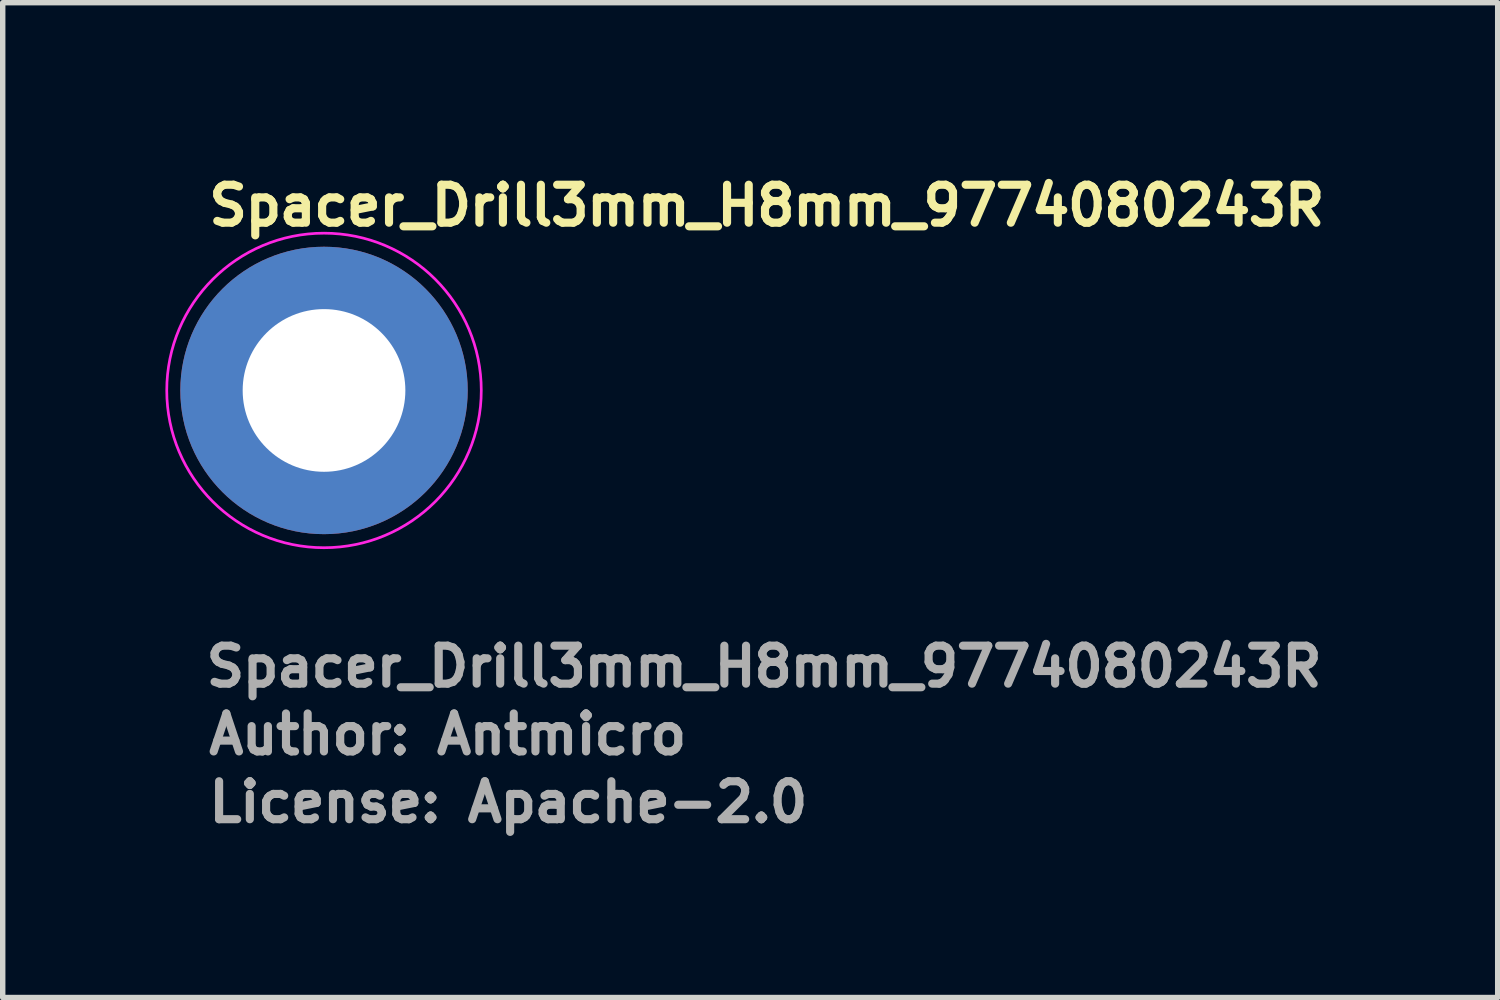
<source format=kicad_pcb>
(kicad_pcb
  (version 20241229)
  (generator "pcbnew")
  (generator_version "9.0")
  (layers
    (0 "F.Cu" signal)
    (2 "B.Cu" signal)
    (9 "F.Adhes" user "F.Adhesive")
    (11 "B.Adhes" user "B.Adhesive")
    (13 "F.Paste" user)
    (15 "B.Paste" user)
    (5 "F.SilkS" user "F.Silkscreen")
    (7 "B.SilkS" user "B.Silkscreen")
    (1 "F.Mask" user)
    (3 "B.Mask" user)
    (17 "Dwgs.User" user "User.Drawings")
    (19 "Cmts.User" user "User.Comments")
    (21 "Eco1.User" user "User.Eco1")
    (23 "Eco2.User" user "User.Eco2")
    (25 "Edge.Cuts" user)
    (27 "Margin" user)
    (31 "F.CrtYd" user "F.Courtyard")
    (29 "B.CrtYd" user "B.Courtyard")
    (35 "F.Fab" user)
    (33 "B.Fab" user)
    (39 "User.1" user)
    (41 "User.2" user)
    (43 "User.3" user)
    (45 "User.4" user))
  (footprint "Spacer_Drill3mm_H8mm_9774080243R"
    (layer "F.Cu")
    (at 2.925 4.15)
    (property "Reference" "Spacer_Drill3mm_H8mm_9774080243R" (at -2.2 -3 0) (layer "F.SilkS") (effects (font (size 0.7 0.7) (thickness 0.15)) (justify left bottom)))
    (attr smd)
    (fp_circle (center 0 0) (end 2.9 0) (stroke (width 0.05) (type default)) (fill no) (layer "F.CrtYd"))
    (fp_circle (center 0 0) (end 2.25 0) (stroke (width 0.12) (type solid)) (fill no) (layer "User.5"))
    (fp_circle (center 0 0) (end 0.8 0) (stroke (width 0.02) (type default)) (fill no) (layer "User.9"))
    (fp_circle (center 0 0) (end 2.2 0) (stroke (width 0.02) (type default)) (fill no) (layer "User.9"))
    (fp_text user "Author: Antmicro" (at -2.2 6.75 0) (layer "F.Fab") (effects (font (size 0.7 0.7) (thickness 0.15)) (justify left bottom)))
    (fp_text user "${REFERENCE}" (at -2.25 5.5 0) (layer "F.Fab") (effects (font (size 0.7 0.7) (thickness 0.15)) (justify left bottom)))
    (fp_text user "License: Apache-2.0" (at -2.2 8 0) (layer "F.Fab") (effects (font (size 0.7 0.7) (thickness 0.15)) (justify left bottom)))
    (pad "" smd custom (at -1.9 -0.8 180) (size 0.001 0.001) (layers "F.Paste") (options (anchor circle)) (primitives (gr_arc (start 0 0) (mid -0.450776 0.666202) (end -1.122183 1.109188) (width 1))))
    (pad "" smd custom (at -0.8 1.9 270) (size 0.001 0.001) (layers "F.Paste") (options (anchor circle)) (primitives (gr_arc (start 0 0) (mid -0.450776 0.666202) (end -1.122183 1.109188) (width 1))))
    (pad "" smd custom (at 0.8 -1.9 90) (size 0.001 0.001) (layers "F.Paste") (options (anchor circle)) (primitives (gr_arc (start 0 0) (mid -0.450776 0.666202) (end -1.122183 1.109188) (width 1))))
    (pad "" smd custom (at 1.9 0.8) (size 0.001 0.001) (layers "F.Paste") (options (anchor circle)) (primitives (gr_arc (start 0 0) (mid -0.450776 0.666202) (end -1.122183 1.109188) (width 1))))
    (pad "1" thru_hole circle (at 0 0) (size 5.3 5.3) (drill 3) (layers "*.Cu" "*.Mask")))
  (gr_rect
    (start -3 -3)
    (end 24.568 15.345)
    (stroke (width 0.1) (type default))
    (fill no)
    (layer "Edge.Cuts")))
</source>
